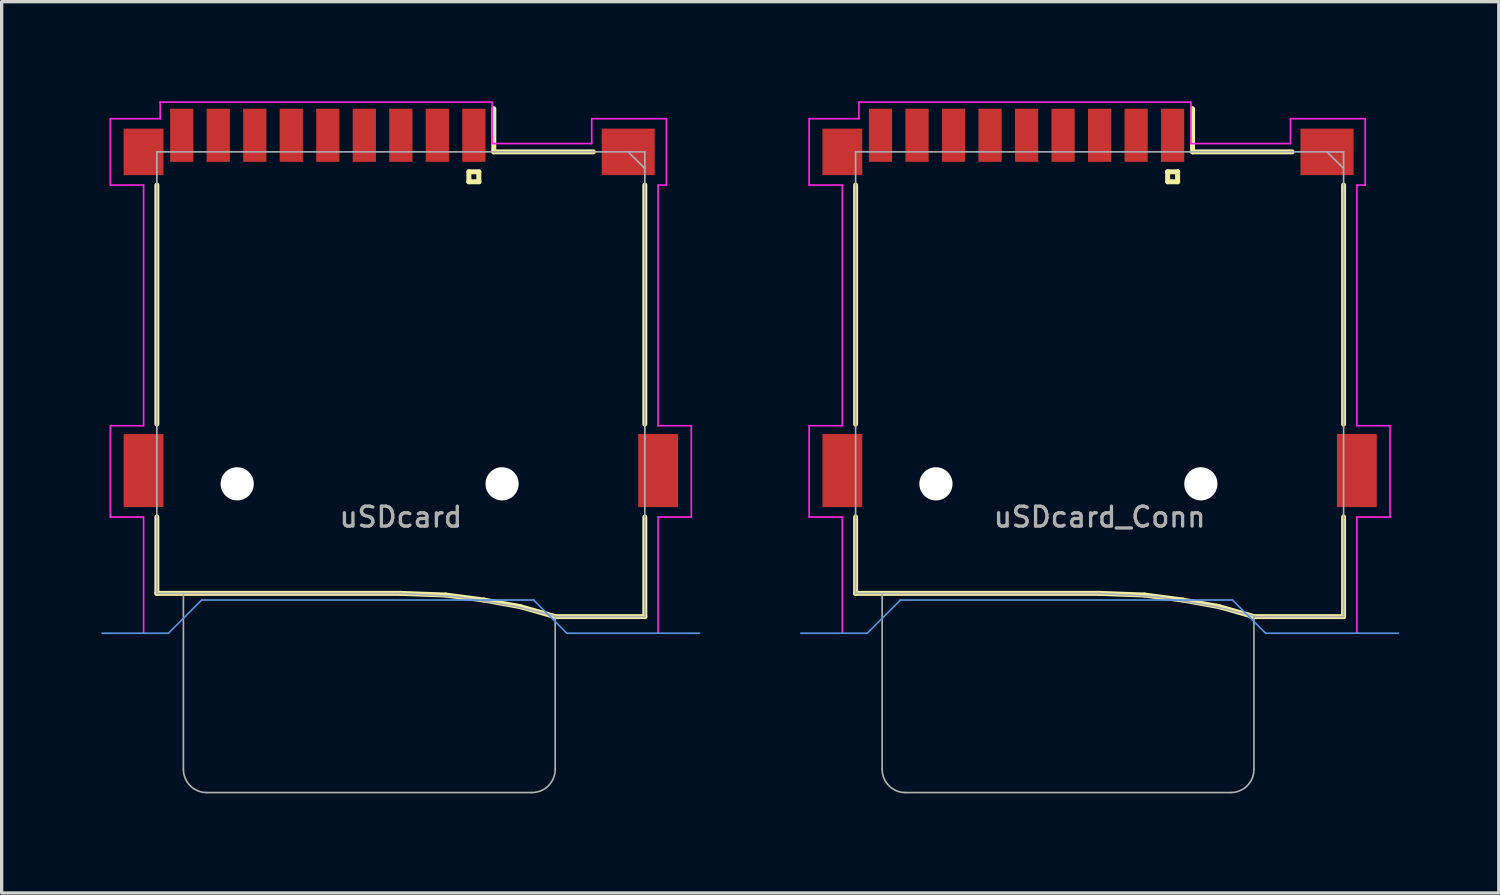
<source format=kicad_pcb>
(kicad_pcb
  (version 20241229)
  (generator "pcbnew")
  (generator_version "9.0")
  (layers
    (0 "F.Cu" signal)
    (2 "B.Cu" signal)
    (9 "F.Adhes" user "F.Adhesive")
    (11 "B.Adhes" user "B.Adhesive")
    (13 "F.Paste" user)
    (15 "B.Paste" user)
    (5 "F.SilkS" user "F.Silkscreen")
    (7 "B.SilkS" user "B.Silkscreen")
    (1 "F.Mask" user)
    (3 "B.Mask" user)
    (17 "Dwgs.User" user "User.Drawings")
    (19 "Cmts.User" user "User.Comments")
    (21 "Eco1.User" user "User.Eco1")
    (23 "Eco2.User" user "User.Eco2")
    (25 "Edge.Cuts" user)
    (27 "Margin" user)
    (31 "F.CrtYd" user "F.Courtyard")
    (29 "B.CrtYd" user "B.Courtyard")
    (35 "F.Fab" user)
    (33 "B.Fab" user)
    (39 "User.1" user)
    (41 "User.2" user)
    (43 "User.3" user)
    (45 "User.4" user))
  (footprint "uSDcard_Conn"
    (layer "F.Cu")
    (at 30.075 11.525)
    (property "Reference" "uSDcard_Conn" (at 0 1 180) (layer "F.Fab") (effects (font (size 0.6 0.6) (thickness 0.1))))
    (attr through_hole)
    (fp_line (start -7.35 -1.8) (end -7.35 -9) (stroke (width 0.15) (type solid)) (layer "F.SilkS"))
    (fp_line (start -7.35 1) (end -7.35 3.3) (stroke (width 0.15) (type solid)) (layer "F.SilkS"))
    (fp_line (start -7.35 3.3) (end 0 3.3) (stroke (width 0.15) (type solid)) (layer "F.SilkS"))
    (fp_line (start 0 3.3) (end 1.35 3.35) (stroke (width 0.15) (type solid)) (layer "F.SilkS"))
    (fp_line (start 1.35 3.35) (end 2.5 3.5) (stroke (width 0.15) (type solid)) (layer "F.SilkS"))
    (fp_line (start 2.05 -9.4) (end 2.05 -9.1) (stroke (width 0.15) (type solid)) (layer "F.SilkS"))
    (fp_line (start 2.05 -9.1) (end 2.35 -9.1) (stroke (width 0.15) (type solid)) (layer "F.SilkS"))
    (fp_line (start 2.35 -9.4) (end 2.05 -9.4) (stroke (width 0.15) (type solid)) (layer "F.SilkS"))
    (fp_line (start 2.35 -9.1) (end 2.35 -9.4) (stroke (width 0.15) (type solid)) (layer "F.SilkS"))
    (fp_line (start 2.5 3.5) (end 3.6 3.7) (stroke (width 0.15) (type solid)) (layer "F.SilkS"))
    (fp_line (start 2.8 -10) (end 2.8 -11.3) (stroke (width 0.15) (type solid)) (layer "F.SilkS"))
    (fp_line (start 2.8 -10) (end 5.8 -10) (stroke (width 0.15) (type solid)) (layer "F.SilkS"))
    (fp_line (start 3.6 3.7) (end 4.65 4) (stroke (width 0.15) (type solid)) (layer "F.SilkS"))
    (fp_line (start 4.65 4) (end 7.35 4) (stroke (width 0.15) (type solid)) (layer "F.SilkS"))
    (fp_line (start 7.35 -9) (end 7.35 -1.8) (stroke (width 0.15) (type solid)) (layer "F.SilkS"))
    (fp_line (start 7.35 4) (end 7.35 1) (stroke (width 0.15) (type solid)) (layer "F.SilkS"))
    (fp_line (start -9 4.5) (end -7 4.5) (stroke (width 0.05) (type solid)) (layer "Cmts.User"))
    (fp_line (start -7 4.5) (end -6 3.5) (stroke (width 0.05) (type solid)) (layer "Cmts.User"))
    (fp_line (start -6 3.5) (end 4 3.5) (stroke (width 0.05) (type solid)) (layer "Cmts.User"))
    (fp_line (start 4 3.5) (end 5 4.5) (stroke (width 0.05) (type solid)) (layer "Cmts.User"))
    (fp_line (start 5 4.5) (end 9 4.5) (stroke (width 0.05) (type solid)) (layer "Cmts.User"))
    (fp_line (start -8.75 -11) (end -7.25 -11) (stroke (width 0.05) (type solid)) (layer "F.CrtYd"))
    (fp_line (start -8.75 -9) (end -8.75 -11) (stroke (width 0.05) (type solid)) (layer "F.CrtYd"))
    (fp_line (start -8.75 -1.75) (end -7.75 -1.75) (stroke (width 0.05) (type solid)) (layer "F.CrtYd"))
    (fp_line (start -8.75 1) (end -8.75 -1.75) (stroke (width 0.05) (type solid)) (layer "F.CrtYd"))
    (fp_line (start -7.75 -9) (end -8.75 -9) (stroke (width 0.05) (type solid)) (layer "F.CrtYd"))
    (fp_line (start -7.75 -1.75) (end -7.75 -9) (stroke (width 0.05) (type solid)) (layer "F.CrtYd"))
    (fp_line (start -7.75 1) (end -8.75 1) (stroke (width 0.05) (type solid)) (layer "F.CrtYd"))
    (fp_line (start -7.75 4.5) (end -7.75 1) (stroke (width 0.05) (type solid)) (layer "F.CrtYd"))
    (fp_line (start -7.25 -11.5) (end 2.75 -11.5) (stroke (width 0.05) (type solid)) (layer "F.CrtYd"))
    (fp_line (start -7.25 -11) (end -7.25 -11.5) (stroke (width 0.05) (type solid)) (layer "F.CrtYd"))
    (fp_line (start 2.75 -11.5) (end 2.75 -10.25) (stroke (width 0.05) (type solid)) (layer "F.CrtYd"))
    (fp_line (start 2.75 -10.25) (end 5.75 -10.25) (stroke (width 0.05) (type solid)) (layer "F.CrtYd"))
    (fp_line (start 5.75 -11) (end 8 -11) (stroke (width 0.05) (type solid)) (layer "F.CrtYd"))
    (fp_line (start 5.75 -10.25) (end 5.75 -11) (stroke (width 0.05) (type solid)) (layer "F.CrtYd"))
    (fp_line (start 7.75 -9) (end 7.75 -1.75) (stroke (width 0.05) (type solid)) (layer "F.CrtYd"))
    (fp_line (start 7.75 -1.75) (end 8.75 -1.75) (stroke (width 0.05) (type solid)) (layer "F.CrtYd"))
    (fp_line (start 7.75 1) (end 7.75 4.5) (stroke (width 0.05) (type solid)) (layer "F.CrtYd"))
    (fp_line (start 8 -11) (end 8 -9) (stroke (width 0.05) (type solid)) (layer "F.CrtYd"))
    (fp_line (start 8 -9) (end 7.75 -9) (stroke (width 0.05) (type solid)) (layer "F.CrtYd"))
    (fp_line (start 8.75 -1.75) (end 8.75 1) (stroke (width 0.05) (type solid)) (layer "F.CrtYd"))
    (fp_line (start 8.75 1) (end 7.75 1) (stroke (width 0.05) (type solid)) (layer "F.CrtYd"))
    (fp_line (start -7.35 -10) (end -7.35 3.3) (stroke (width 0.05) (type solid)) (layer "F.Fab"))
    (fp_line (start -7.35 -10) (end 7.35 -10) (stroke (width 0.05) (type solid)) (layer "F.Fab"))
    (fp_line (start -7.35 3.3) (end 0 3.3) (stroke (width 0.05) (type solid)) (layer "F.Fab"))
    (fp_line (start -6.55 8.6) (end -6.55 3.3) (stroke (width 0.05) (type solid)) (layer "F.Fab"))
    (fp_line (start -5.85 9.3) (end 3.95 9.3) (stroke (width 0.05) (type solid)) (layer "F.Fab"))
    (fp_line (start 0 3.3) (end 1.7 3.4) (stroke (width 0.05) (type solid)) (layer "F.Fab"))
    (fp_line (start 1.7 3.4) (end 3.5 3.7) (stroke (width 0.05) (type solid)) (layer "F.Fab"))
    (fp_line (start 3.5 3.7) (end 4.7 4) (stroke (width 0.05) (type solid)) (layer "F.Fab"))
    (fp_line (start 4.65 4) (end 7.35 4) (stroke (width 0.05) (type solid)) (layer "F.Fab"))
    (fp_line (start 4.65 8.6) (end 4.65 4) (stroke (width 0.05) (type solid)) (layer "F.Fab"))
    (fp_line (start 7.35 -10) (end 7.35 4) (stroke (width 0.05) (type solid)) (layer "F.Fab"))
    (fp_line (start 7.35 -9.5) (end 6.85 -10) (stroke (width 0.05) (type solid)) (layer "F.Fab"))
    (fp_arc (start -5.85 9.3) (mid -6.344975 9.094975) (end -6.55 8.6) (stroke (width 0.05) (type solid)) (layer "F.Fab"))
    (fp_arc (start 4.65 8.6) (mid 4.444975 9.094975) (end 3.95 9.3) (stroke (width 0.05) (type solid)) (layer "F.Fab"))
    (fp_text user "${REFERENCE}" (at 2.1 -9.35 180) (layer "Eco1.User") (effects (font (size 0.3 0.3) (thickness 0.03))))
    (pad "" np_thru_hole circle (at -4.93 0) (size 1 1) (drill 1) (layers "*.Cu"))
    (pad "" np_thru_hole circle (at 3.05 0) (size 1 1) (drill 1) (layers "*.Cu"))
    (pad "1" smd rect (at 2.2 -10.5) (size 0.7 1.6) (layers "F.Cu" "F.Mask" "F.Paste"))
    (pad "2" smd rect (at 1.1 -10.5) (size 0.7 1.6) (layers "F.Cu" "F.Mask" "F.Paste"))
    (pad "3" smd rect (at 0 -10.5) (size 0.7 1.6) (layers "F.Cu" "F.Mask" "F.Paste"))
    (pad "4" smd rect (at -1.1 -10.5) (size 0.7 1.6) (layers "F.Cu" "F.Mask" "F.Paste"))
    (pad "5" smd rect (at -2.2 -10.5) (size 0.7 1.6) (layers "F.Cu" "F.Mask" "F.Paste"))
    (pad "6" smd rect (at -7.75 -10) (size 1.2 1.4) (layers "F.Cu" "F.Mask" "F.Paste"))
    (pad "6" smd rect (at -7.75 -0.4) (size 1.2 2.2) (layers "F.Cu" "F.Mask" "F.Paste"))
    (pad "6" smd rect (at -3.3 -10.5) (size 0.7 1.6) (layers "F.Cu" "F.Mask" "F.Paste"))
    (pad "6" smd rect (at 6.85 -10) (size 1.6 1.4) (layers "F.Cu" "F.Mask" "F.Paste"))
    (pad "6" smd rect (at 7.75 -0.4) (size 1.2 2.2) (layers "F.Cu" "F.Mask" "F.Paste"))
    (pad "7" smd rect (at -4.4 -10.5) (size 0.7 1.6) (layers "F.Cu" "F.Mask" "F.Paste"))
    (pad "8" smd rect (at -5.5 -10.5) (size 0.7 1.6) (layers "F.Cu" "F.Mask" "F.Paste"))
    (pad "9" smd rect (at -6.6 -10.5) (size 0.7 1.6) (layers "F.Cu" "F.Mask" "F.Paste")))
  (footprint "uSDcard"
    (layer "F.Cu")
    (at 9.025 11.525)
    (property "Reference" "uSDcard" (at 0 1 180) (layer "F.Fab") (effects (font (size 0.6 0.6) (thickness 0.1))))
    (attr through_hole)
    (fp_line (start -7.35 -1.8) (end -7.35 -9) (stroke (width 0.15) (type solid)) (layer "F.SilkS"))
    (fp_line (start -7.35 1) (end -7.35 3.3) (stroke (width 0.15) (type solid)) (layer "F.SilkS"))
    (fp_line (start -7.35 3.3) (end 0 3.3) (stroke (width 0.15) (type solid)) (layer "F.SilkS"))
    (fp_line (start 0 3.3) (end 1.35 3.35) (stroke (width 0.15) (type solid)) (layer "F.SilkS"))
    (fp_line (start 1.35 3.35) (end 2.5 3.5) (stroke (width 0.15) (type solid)) (layer "F.SilkS"))
    (fp_line (start 2.05 -9.4) (end 2.05 -9.1) (stroke (width 0.15) (type solid)) (layer "F.SilkS"))
    (fp_line (start 2.05 -9.1) (end 2.35 -9.1) (stroke (width 0.15) (type solid)) (layer "F.SilkS"))
    (fp_line (start 2.35 -9.4) (end 2.05 -9.4) (stroke (width 0.15) (type solid)) (layer "F.SilkS"))
    (fp_line (start 2.35 -9.1) (end 2.35 -9.4) (stroke (width 0.15) (type solid)) (layer "F.SilkS"))
    (fp_line (start 2.5 3.5) (end 3.6 3.7) (stroke (width 0.15) (type solid)) (layer "F.SilkS"))
    (fp_line (start 2.8 -10) (end 2.8 -11.3) (stroke (width 0.15) (type solid)) (layer "F.SilkS"))
    (fp_line (start 2.8 -10) (end 5.8 -10) (stroke (width 0.15) (type solid)) (layer "F.SilkS"))
    (fp_line (start 3.6 3.7) (end 4.65 4) (stroke (width 0.15) (type solid)) (layer "F.SilkS"))
    (fp_line (start 4.65 4) (end 7.35 4) (stroke (width 0.15) (type solid)) (layer "F.SilkS"))
    (fp_line (start 7.35 -9) (end 7.35 -1.8) (stroke (width 0.15) (type solid)) (layer "F.SilkS"))
    (fp_line (start 7.35 4) (end 7.35 1) (stroke (width 0.15) (type solid)) (layer "F.SilkS"))
    (fp_line (start -9 4.5) (end -7 4.5) (stroke (width 0.05) (type solid)) (layer "Cmts.User"))
    (fp_line (start -7 4.5) (end -6 3.5) (stroke (width 0.05) (type solid)) (layer "Cmts.User"))
    (fp_line (start -6 3.5) (end 4 3.5) (stroke (width 0.05) (type solid)) (layer "Cmts.User"))
    (fp_line (start 4 3.5) (end 5 4.5) (stroke (width 0.05) (type solid)) (layer "Cmts.User"))
    (fp_line (start 5 4.5) (end 9 4.5) (stroke (width 0.05) (type solid)) (layer "Cmts.User"))
    (fp_line (start -8.75 -11) (end -7.25 -11) (stroke (width 0.05) (type solid)) (layer "F.CrtYd"))
    (fp_line (start -8.75 -9) (end -8.75 -11) (stroke (width 0.05) (type solid)) (layer "F.CrtYd"))
    (fp_line (start -8.75 -1.75) (end -7.75 -1.75) (stroke (width 0.05) (type solid)) (layer "F.CrtYd"))
    (fp_line (start -8.75 1) (end -8.75 -1.75) (stroke (width 0.05) (type solid)) (layer "F.CrtYd"))
    (fp_line (start -7.75 -9) (end -8.75 -9) (stroke (width 0.05) (type solid)) (layer "F.CrtYd"))
    (fp_line (start -7.75 -1.75) (end -7.75 -9) (stroke (width 0.05) (type solid)) (layer "F.CrtYd"))
    (fp_line (start -7.75 1) (end -8.75 1) (stroke (width 0.05) (type solid)) (layer "F.CrtYd"))
    (fp_line (start -7.75 4.5) (end -7.75 1) (stroke (width 0.05) (type solid)) (layer "F.CrtYd"))
    (fp_line (start -7.25 -11.5) (end 2.75 -11.5) (stroke (width 0.05) (type solid)) (layer "F.CrtYd"))
    (fp_line (start -7.25 -11) (end -7.25 -11.5) (stroke (width 0.05) (type solid)) (layer "F.CrtYd"))
    (fp_line (start 2.75 -11.5) (end 2.75 -10.25) (stroke (width 0.05) (type solid)) (layer "F.CrtYd"))
    (fp_line (start 2.75 -10.25) (end 5.75 -10.25) (stroke (width 0.05) (type solid)) (layer "F.CrtYd"))
    (fp_line (start 5.75 -11) (end 8 -11) (stroke (width 0.05) (type solid)) (layer "F.CrtYd"))
    (fp_line (start 5.75 -10.25) (end 5.75 -11) (stroke (width 0.05) (type solid)) (layer "F.CrtYd"))
    (fp_line (start 7.75 -9) (end 7.75 -1.75) (stroke (width 0.05) (type solid)) (layer "F.CrtYd"))
    (fp_line (start 7.75 -1.75) (end 8.75 -1.75) (stroke (width 0.05) (type solid)) (layer "F.CrtYd"))
    (fp_line (start 7.75 1) (end 7.75 4.5) (stroke (width 0.05) (type solid)) (layer "F.CrtYd"))
    (fp_line (start 8 -11) (end 8 -9) (stroke (width 0.05) (type solid)) (layer "F.CrtYd"))
    (fp_line (start 8 -9) (end 7.75 -9) (stroke (width 0.05) (type solid)) (layer "F.CrtYd"))
    (fp_line (start 8.75 -1.75) (end 8.75 1) (stroke (width 0.05) (type solid)) (layer "F.CrtYd"))
    (fp_line (start 8.75 1) (end 7.75 1) (stroke (width 0.05) (type solid)) (layer "F.CrtYd"))
    (fp_line (start -7.35 -10) (end -7.35 3.3) (stroke (width 0.05) (type solid)) (layer "F.Fab"))
    (fp_line (start -7.35 -10) (end 7.35 -10) (stroke (width 0.05) (type solid)) (layer "F.Fab"))
    (fp_line (start -7.35 3.3) (end 0 3.3) (stroke (width 0.05) (type solid)) (layer "F.Fab"))
    (fp_line (start -6.55 8.6) (end -6.55 3.3) (stroke (width 0.05) (type solid)) (layer "F.Fab"))
    (fp_line (start -5.85 9.3) (end 3.95 9.3) (stroke (width 0.05) (type solid)) (layer "F.Fab"))
    (fp_line (start 0 3.3) (end 1.7 3.4) (stroke (width 0.05) (type solid)) (layer "F.Fab"))
    (fp_line (start 1.7 3.4) (end 3.5 3.7) (stroke (width 0.05) (type solid)) (layer "F.Fab"))
    (fp_line (start 3.5 3.7) (end 4.7 4) (stroke (width 0.05) (type solid)) (layer "F.Fab"))
    (fp_line (start 4.65 4) (end 7.35 4) (stroke (width 0.05) (type solid)) (layer "F.Fab"))
    (fp_line (start 4.65 8.6) (end 4.65 4) (stroke (width 0.05) (type solid)) (layer "F.Fab"))
    (fp_line (start 7.35 -10) (end 7.35 4) (stroke (width 0.05) (type solid)) (layer "F.Fab"))
    (fp_line (start 7.35 -9.5) (end 6.85 -10) (stroke (width 0.05) (type solid)) (layer "F.Fab"))
    (fp_arc (start -5.85 9.3) (mid -6.344975 9.094975) (end -6.55 8.6) (stroke (width 0.05) (type solid)) (layer "F.Fab"))
    (fp_arc (start 4.65 8.6) (mid 4.444975 9.094975) (end 3.95 9.3) (stroke (width 0.05) (type solid)) (layer "F.Fab"))
    (fp_text user "${REFERENCE}" (at 2.1 -9.35 180) (layer "Eco1.User") (effects (font (size 0.3 0.3) (thickness 0.03))))
    (pad "" np_thru_hole circle (at -4.93 0) (size 1 1) (drill 1) (layers "*.Cu"))
    (pad "" np_thru_hole circle (at 3.05 0) (size 1 1) (drill 1) (layers "*.Cu"))
    (pad "1" smd rect (at 2.2 -10.5) (size 0.7 1.6) (layers "F.Cu" "F.Mask" "F.Paste"))
    (pad "2" smd rect (at 1.1 -10.5) (size 0.7 1.6) (layers "F.Cu" "F.Mask" "F.Paste"))
    (pad "3" smd rect (at 0 -10.5) (size 0.7 1.6) (layers "F.Cu" "F.Mask" "F.Paste"))
    (pad "4" smd rect (at -1.1 -10.5) (size 0.7 1.6) (layers "F.Cu" "F.Mask" "F.Paste"))
    (pad "5" smd rect (at -2.2 -10.5) (size 0.7 1.6) (layers "F.Cu" "F.Mask" "F.Paste"))
    (pad "6" smd rect (at -7.75 -10) (size 1.2 1.4) (layers "F.Cu" "F.Mask" "F.Paste"))
    (pad "6" smd rect (at -7.75 -0.4) (size 1.2 2.2) (layers "F.Cu" "F.Mask" "F.Paste"))
    (pad "6" smd rect (at -3.3 -10.5) (size 0.7 1.6) (layers "F.Cu" "F.Mask" "F.Paste"))
    (pad "6" smd rect (at 6.85 -10) (size 1.6 1.4) (layers "F.Cu" "F.Mask" "F.Paste"))
    (pad "6" smd rect (at 7.75 -0.4) (size 1.2 2.2) (layers "F.Cu" "F.Mask" "F.Paste"))
    (pad "7" smd rect (at -4.4 -10.5) (size 0.7 1.6) (layers "F.Cu" "F.Mask" "F.Paste"))
    (pad "8" smd rect (at -5.5 -10.5) (size 0.7 1.6) (layers "F.Cu" "F.Mask" "F.Paste"))
    (pad "9" smd rect (at -6.6 -10.5) (size 0.7 1.6) (layers "F.Cu" "F.Mask" "F.Paste")))
  (gr_rect
    (start -3 -3)
    (end 42.1 23.85)
    (stroke (width 0.1) (type default))
    (fill no)
    (layer "Edge.Cuts")))
</source>
